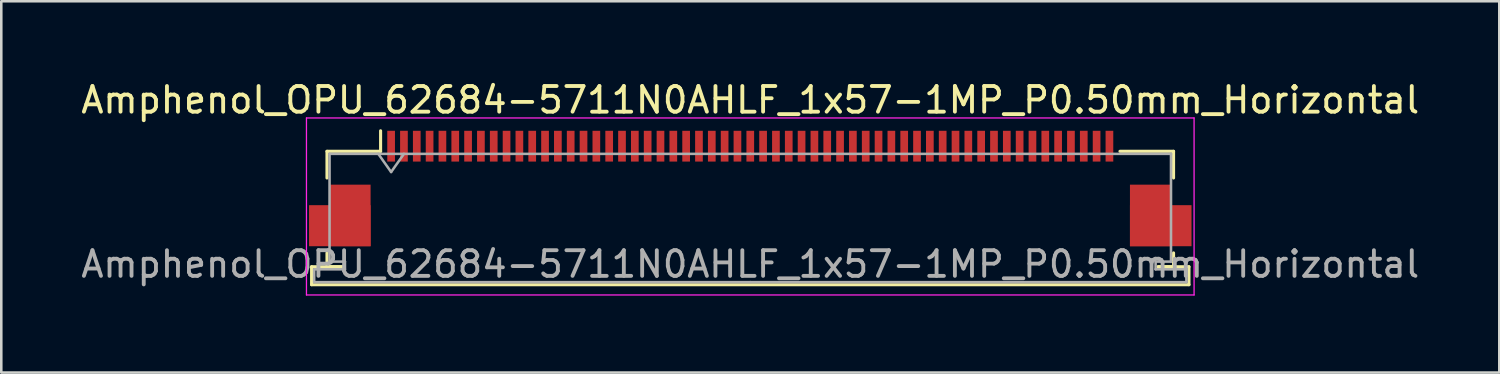
<source format=kicad_pcb>
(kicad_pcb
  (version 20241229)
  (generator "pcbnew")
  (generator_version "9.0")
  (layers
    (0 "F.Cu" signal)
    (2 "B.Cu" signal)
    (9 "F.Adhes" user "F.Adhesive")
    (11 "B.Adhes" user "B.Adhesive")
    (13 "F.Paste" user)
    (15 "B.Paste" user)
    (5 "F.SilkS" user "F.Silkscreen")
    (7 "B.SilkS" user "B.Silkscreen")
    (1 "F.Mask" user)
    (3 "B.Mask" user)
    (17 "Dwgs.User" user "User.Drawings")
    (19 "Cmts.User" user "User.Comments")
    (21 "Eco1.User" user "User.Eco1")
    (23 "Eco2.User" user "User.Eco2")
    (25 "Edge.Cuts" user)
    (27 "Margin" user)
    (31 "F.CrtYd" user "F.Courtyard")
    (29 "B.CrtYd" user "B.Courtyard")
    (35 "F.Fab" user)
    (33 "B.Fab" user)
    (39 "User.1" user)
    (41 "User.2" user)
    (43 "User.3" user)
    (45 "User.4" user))
  (footprint "Amphenol_OPU_62684-5711N0AHLF_1x57-1MP_P0.50mm_Horizontal"
    (layer "F.Cu")
    (at 26.196 4.298)
    (property "Reference" "Amphenol_OPU_62684-5711N0AHLF_1x57-1MP_P0.50mm_Horizontal" (at 0 -3.45 0) (layer "F.SilkS") (effects (font (size 1 1) (thickness 0.15))))
    (attr smd)
    (fp_line (start -17.1 3.05) (end -17.1 3.75) (stroke (width 0.12) (type solid)) (layer "F.SilkS"))
    (fp_line (start -17.1 3.75) (end 17.1 3.75) (stroke (width 0.12) (type solid)) (layer "F.SilkS"))
    (fp_line (start -16.5 -1.45) (end -16.5 -0.41) (stroke (width 0.12) (type solid)) (layer "F.SilkS"))
    (fp_line (start -16.5 2.51) (end -16.5 3.05) (stroke (width 0.12) (type solid)) (layer "F.SilkS"))
    (fp_line (start -16.5 3.05) (end -15.9 3.05) (stroke (width 0.12) (type solid)) (layer "F.SilkS"))
    (fp_line (start -15.9 3.05) (end -17.1 3.05) (stroke (width 0.12) (type solid)) (layer "F.SilkS"))
    (fp_line (start -14.41 -1.45) (end -16.5 -1.45) (stroke (width 0.12) (type solid)) (layer "F.SilkS"))
    (fp_line (start -14.41 -1.45) (end -14.41 -2.25) (stroke (width 0.12) (type solid)) (layer "F.SilkS"))
    (fp_line (start 14.41 -1.45) (end 16.5 -1.45) (stroke (width 0.12) (type solid)) (layer "F.SilkS"))
    (fp_line (start 15.9 3.05) (end 16.5 3.05) (stroke (width 0.12) (type solid)) (layer "F.SilkS"))
    (fp_line (start 16.5 -1.45) (end 16.5 -0.41) (stroke (width 0.12) (type solid)) (layer "F.SilkS"))
    (fp_line (start 16.5 3.05) (end 16.5 2.51) (stroke (width 0.12) (type solid)) (layer "F.SilkS"))
    (fp_line (start 17.1 3.05) (end 15.9 3.05) (stroke (width 0.12) (type solid)) (layer "F.SilkS"))
    (fp_line (start 17.1 3.75) (end 17.1 3.05) (stroke (width 0.12) (type solid)) (layer "F.SilkS"))
    (fp_line (start -17.3 -2.75) (end -17.3 4.15) (stroke (width 0.05) (type solid)) (layer "F.CrtYd"))
    (fp_line (start -17.3 4.15) (end 17.3 4.15) (stroke (width 0.05) (type solid)) (layer "F.CrtYd"))
    (fp_line (start 17.3 -2.75) (end -17.3 -2.75) (stroke (width 0.05) (type solid)) (layer "F.CrtYd"))
    (fp_line (start 17.3 4.15) (end 17.3 -2.75) (stroke (width 0.05) (type solid)) (layer "F.CrtYd"))
    (fp_line (start -17 3.15) (end -17 3.65) (stroke (width 0.1) (type solid)) (layer "F.Fab"))
    (fp_line (start -17 3.65) (end 0 3.65) (stroke (width 0.1) (type solid)) (layer "F.Fab"))
    (fp_line (start -16.4 -1.35) (end -16.4 2.85) (stroke (width 0.1) (type solid)) (layer "F.Fab"))
    (fp_line (start -16.4 2.85) (end -15.8 2.85) (stroke (width 0.1) (type solid)) (layer "F.Fab"))
    (fp_line (start -15.8 2.85) (end -15.8 3.15) (stroke (width 0.1) (type solid)) (layer "F.Fab"))
    (fp_line (start -15.8 3.15) (end -17 3.15) (stroke (width 0.1) (type solid)) (layer "F.Fab"))
    (fp_line (start -14.5 -1.35) (end -14 -0.643) (stroke (width 0.1) (type solid)) (layer "F.Fab"))
    (fp_line (start -14 -0.643) (end -13.5 -1.35) (stroke (width 0.1) (type solid)) (layer "F.Fab"))
    (fp_line (start 0 -1.35) (end -16.4 -1.35) (stroke (width 0.1) (type solid)) (layer "F.Fab"))
    (fp_line (start 0 -1.35) (end 16.4 -1.35) (stroke (width 0.1) (type solid)) (layer "F.Fab"))
    (fp_line (start 15.8 2.85) (end 15.8 3.15) (stroke (width 0.1) (type solid)) (layer "F.Fab"))
    (fp_line (start 15.8 3.15) (end 17 3.15) (stroke (width 0.1) (type solid)) (layer "F.Fab"))
    (fp_line (start 16.4 -1.35) (end 16.4 2.85) (stroke (width 0.1) (type solid)) (layer "F.Fab"))
    (fp_line (start 16.4 2.85) (end 15.8 2.85) (stroke (width 0.1) (type solid)) (layer "F.Fab"))
    (fp_line (start 17 3.15) (end 17 3.65) (stroke (width 0.1) (type solid)) (layer "F.Fab"))
    (fp_line (start 17 3.65) (end 0 3.65) (stroke (width 0.1) (type solid)) (layer "F.Fab"))
    (fp_text user "${REFERENCE}" (at 0 2.95 0) (layer "F.Fab") (effects (font (size 1 1) (thickness 0.15))))
    (pad "1" smd rect (at -14 -1.65) (size 0.3 1.2) (layers "F.Cu" "F.Mask" "F.Paste"))
    (pad "2" smd rect (at -13.5 -1.65) (size 0.3 1.2) (layers "F.Cu" "F.Mask" "F.Paste"))
    (pad "3" smd rect (at -13 -1.65) (size 0.3 1.2) (layers "F.Cu" "F.Mask" "F.Paste"))
    (pad "4" smd rect (at -12.5 -1.65) (size 0.3 1.2) (layers "F.Cu" "F.Mask" "F.Paste"))
    (pad "5" smd rect (at -12 -1.65) (size 0.3 1.2) (layers "F.Cu" "F.Mask" "F.Paste"))
    (pad "6" smd rect (at -11.5 -1.65) (size 0.3 1.2) (layers "F.Cu" "F.Mask" "F.Paste"))
    (pad "7" smd rect (at -11 -1.65) (size 0.3 1.2) (layers "F.Cu" "F.Mask" "F.Paste"))
    (pad "8" smd rect (at -10.5 -1.65) (size 0.3 1.2) (layers "F.Cu" "F.Mask" "F.Paste"))
    (pad "9" smd rect (at -10 -1.65) (size 0.3 1.2) (layers "F.Cu" "F.Mask" "F.Paste"))
    (pad "10" smd rect (at -9.5 -1.65) (size 0.3 1.2) (layers "F.Cu" "F.Mask" "F.Paste"))
    (pad "11" smd rect (at -9 -1.65) (size 0.3 1.2) (layers "F.Cu" "F.Mask" "F.Paste"))
    (pad "12" smd rect (at -8.5 -1.65) (size 0.3 1.2) (layers "F.Cu" "F.Mask" "F.Paste"))
    (pad "13" smd rect (at -8 -1.65) (size 0.3 1.2) (layers "F.Cu" "F.Mask" "F.Paste"))
    (pad "14" smd rect (at -7.5 -1.65) (size 0.3 1.2) (layers "F.Cu" "F.Mask" "F.Paste"))
    (pad "15" smd rect (at -7 -1.65) (size 0.3 1.2) (layers "F.Cu" "F.Mask" "F.Paste"))
    (pad "16" smd rect (at -6.5 -1.65) (size 0.3 1.2) (layers "F.Cu" "F.Mask" "F.Paste"))
    (pad "17" smd rect (at -6 -1.65) (size 0.3 1.2) (layers "F.Cu" "F.Mask" "F.Paste"))
    (pad "18" smd rect (at -5.5 -1.65) (size 0.3 1.2) (layers "F.Cu" "F.Mask" "F.Paste"))
    (pad "19" smd rect (at -5 -1.65) (size 0.3 1.2) (layers "F.Cu" "F.Mask" "F.Paste"))
    (pad "20" smd rect (at -4.5 -1.65) (size 0.3 1.2) (layers "F.Cu" "F.Mask" "F.Paste"))
    (pad "21" smd rect (at -4 -1.65) (size 0.3 1.2) (layers "F.Cu" "F.Mask" "F.Paste"))
    (pad "22" smd rect (at -3.5 -1.65) (size 0.3 1.2) (layers "F.Cu" "F.Mask" "F.Paste"))
    (pad "23" smd rect (at -3 -1.65) (size 0.3 1.2) (layers "F.Cu" "F.Mask" "F.Paste"))
    (pad "24" smd rect (at -2.5 -1.65) (size 0.3 1.2) (layers "F.Cu" "F.Mask" "F.Paste"))
    (pad "25" smd rect (at -2 -1.65) (size 0.3 1.2) (layers "F.Cu" "F.Mask" "F.Paste"))
    (pad "26" smd rect (at -1.5 -1.65) (size 0.3 1.2) (layers "F.Cu" "F.Mask" "F.Paste"))
    (pad "27" smd rect (at -1 -1.65) (size 0.3 1.2) (layers "F.Cu" "F.Mask" "F.Paste"))
    (pad "28" smd rect (at -0.5 -1.65) (size 0.3 1.2) (layers "F.Cu" "F.Mask" "F.Paste"))
    (pad "29" smd rect (at 0 -1.65) (size 0.3 1.2) (layers "F.Cu" "F.Mask" "F.Paste"))
    (pad "30" smd rect (at 0.5 -1.65) (size 0.3 1.2) (layers "F.Cu" "F.Mask" "F.Paste"))
    (pad "31" smd rect (at 1 -1.65) (size 0.3 1.2) (layers "F.Cu" "F.Mask" "F.Paste"))
    (pad "32" smd rect (at 1.5 -1.65) (size 0.3 1.2) (layers "F.Cu" "F.Mask" "F.Paste"))
    (pad "33" smd rect (at 2 -1.65) (size 0.3 1.2) (layers "F.Cu" "F.Mask" "F.Paste"))
    (pad "34" smd rect (at 2.5 -1.65) (size 0.3 1.2) (layers "F.Cu" "F.Mask" "F.Paste"))
    (pad "35" smd rect (at 3 -1.65) (size 0.3 1.2) (layers "F.Cu" "F.Mask" "F.Paste"))
    (pad "36" smd rect (at 3.5 -1.65) (size 0.3 1.2) (layers "F.Cu" "F.Mask" "F.Paste"))
    (pad "37" smd rect (at 4 -1.65) (size 0.3 1.2) (layers "F.Cu" "F.Mask" "F.Paste"))
    (pad "38" smd rect (at 4.5 -1.65) (size 0.3 1.2) (layers "F.Cu" "F.Mask" "F.Paste"))
    (pad "39" smd rect (at 5 -1.65) (size 0.3 1.2) (layers "F.Cu" "F.Mask" "F.Paste"))
    (pad "40" smd rect (at 5.5 -1.65) (size 0.3 1.2) (layers "F.Cu" "F.Mask" "F.Paste"))
    (pad "41" smd rect (at 6 -1.65) (size 0.3 1.2) (layers "F.Cu" "F.Mask" "F.Paste"))
    (pad "42" smd rect (at 6.5 -1.65) (size 0.3 1.2) (layers "F.Cu" "F.Mask" "F.Paste"))
    (pad "43" smd rect (at 7 -1.65) (size 0.3 1.2) (layers "F.Cu" "F.Mask" "F.Paste"))
    (pad "44" smd rect (at 7.5 -1.65) (size 0.3 1.2) (layers "F.Cu" "F.Mask" "F.Paste"))
    (pad "45" smd rect (at 8 -1.65) (size 0.3 1.2) (layers "F.Cu" "F.Mask" "F.Paste"))
    (pad "46" smd rect (at 8.5 -1.65) (size 0.3 1.2) (layers "F.Cu" "F.Mask" "F.Paste"))
    (pad "47" smd rect (at 9 -1.65) (size 0.3 1.2) (layers "F.Cu" "F.Mask" "F.Paste"))
    (pad "48" smd rect (at 9.5 -1.65) (size 0.3 1.2) (layers "F.Cu" "F.Mask" "F.Paste"))
    (pad "49" smd rect (at 10 -1.65) (size 0.3 1.2) (layers "F.Cu" "F.Mask" "F.Paste"))
    (pad "50" smd rect (at 10.5 -1.65) (size 0.3 1.2) (layers "F.Cu" "F.Mask" "F.Paste"))
    (pad "51" smd rect (at 11 -1.65) (size 0.3 1.2) (layers "F.Cu" "F.Mask" "F.Paste"))
    (pad "52" smd rect (at 11.5 -1.65) (size 0.3 1.2) (layers "F.Cu" "F.Mask" "F.Paste"))
    (pad "53" smd rect (at 12 -1.65) (size 0.3 1.2) (layers "F.Cu" "F.Mask" "F.Paste"))
    (pad "54" smd rect (at 12.5 -1.65) (size 0.3 1.2) (layers "F.Cu" "F.Mask" "F.Paste"))
    (pad "55" smd rect (at 13 -1.65) (size 0.3 1.2) (layers "F.Cu" "F.Mask" "F.Paste"))
    (pad "56" smd rect (at 13.5 -1.65) (size 0.3 1.2) (layers "F.Cu" "F.Mask" "F.Paste"))
    (pad "57" smd rect (at 14 -1.65) (size 0.3 1.2) (layers "F.Cu" "F.Mask" "F.Paste"))
    (pad "MP" smd rect (at -16 1.45) (size 2.4 1.6) (layers "F.Cu" "F.Mask" "F.Paste"))
    (pad "MP" smd rect (at -15.6 1.05) (size 1.6 2.4) (layers "F.Cu" "F.Mask" "F.Paste"))
    (pad "MP" smd rect (at 15.6 1.05) (size 1.6 2.4) (layers "F.Cu" "F.Mask" "F.Paste"))
    (pad "MP" smd rect (at 16 1.45) (size 2.4 1.6) (layers "F.Cu" "F.Mask" "F.Paste")))
  (gr_rect
    (start -3 -3)
    (end 55.393 11.473)
    (stroke (width 0.1) (type default))
    (fill no)
    (layer "Edge.Cuts")))
</source>
